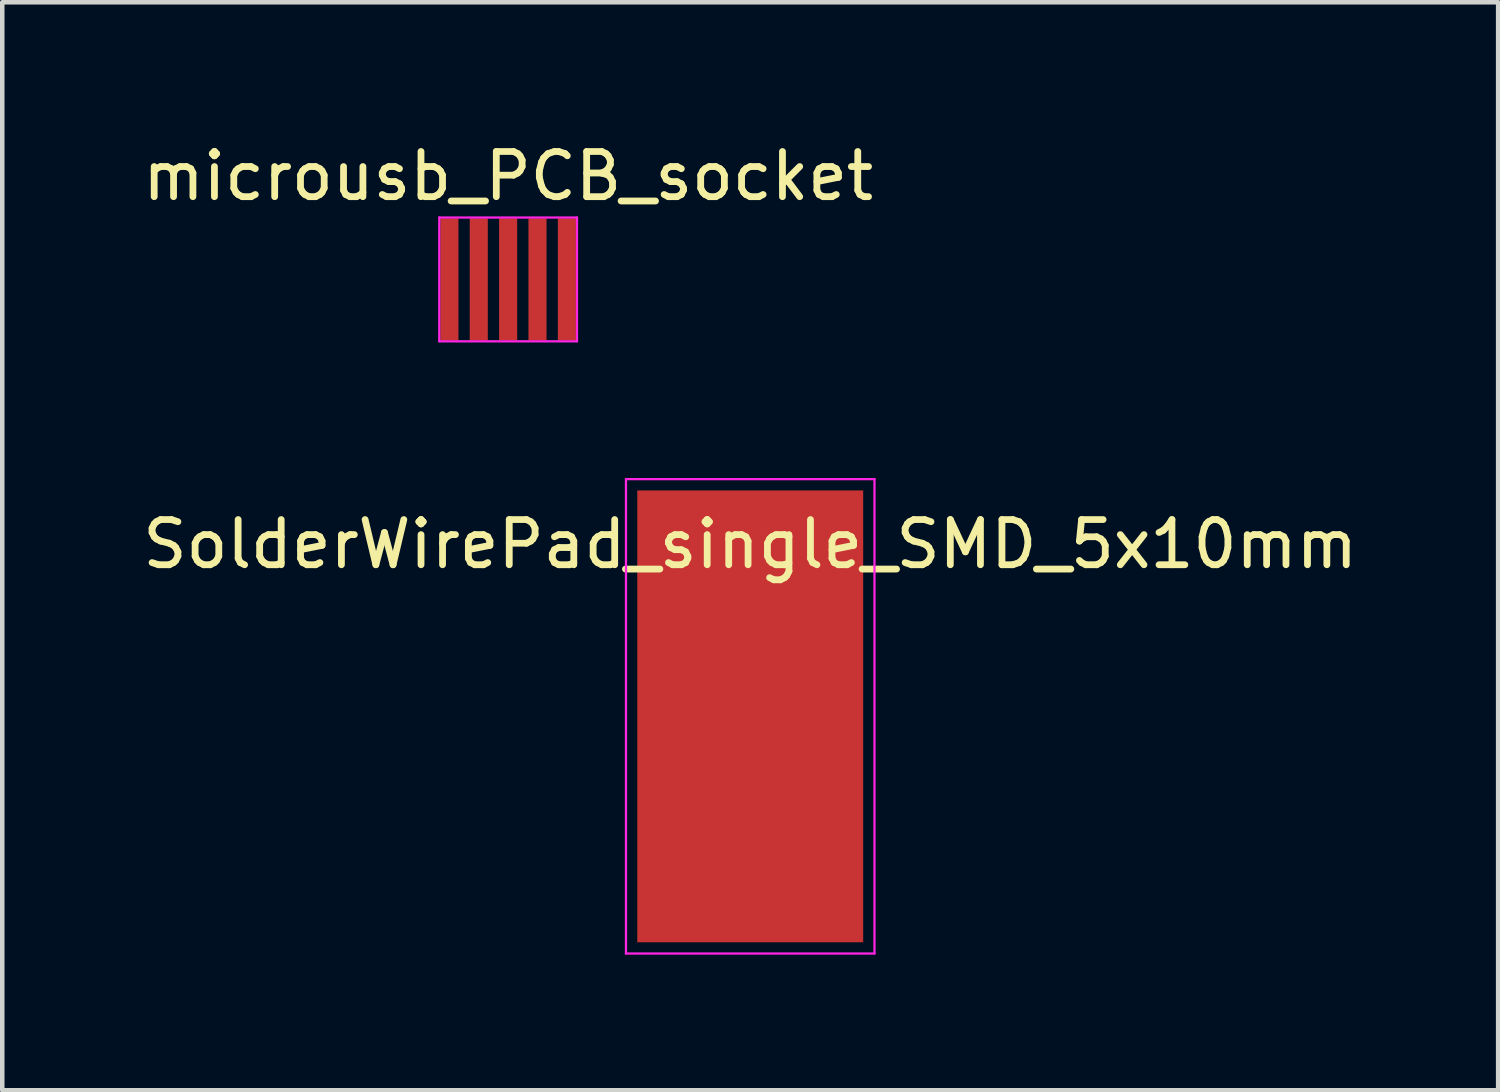
<source format=kicad_pcb>
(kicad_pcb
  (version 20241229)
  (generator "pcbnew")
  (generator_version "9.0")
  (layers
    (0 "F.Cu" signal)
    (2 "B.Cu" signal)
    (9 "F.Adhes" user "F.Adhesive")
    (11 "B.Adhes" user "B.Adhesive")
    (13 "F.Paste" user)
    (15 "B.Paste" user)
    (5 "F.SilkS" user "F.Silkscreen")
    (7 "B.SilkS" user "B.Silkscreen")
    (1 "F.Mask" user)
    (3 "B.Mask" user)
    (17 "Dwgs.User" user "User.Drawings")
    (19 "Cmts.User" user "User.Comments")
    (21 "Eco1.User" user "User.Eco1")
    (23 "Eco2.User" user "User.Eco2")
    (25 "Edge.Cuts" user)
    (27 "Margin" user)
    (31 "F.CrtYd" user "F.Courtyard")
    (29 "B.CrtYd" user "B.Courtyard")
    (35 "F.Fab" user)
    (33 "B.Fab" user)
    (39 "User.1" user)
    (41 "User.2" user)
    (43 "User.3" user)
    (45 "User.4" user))
  (footprint "microusb_PCB_socket"
    (layer "F.Cu")
    (at 8.196 3.134)
    (property "Reference" "microusb_PCB_socket" (at 0 -2.286 0) (layer "F.SilkS") (effects (font (size 1 1) (thickness 0.15))))
    (attr smd)
    (fp_line (start -1.524 -1.37) (end -1.524 1.37) (stroke (width 0.05) (type solid)) (layer "F.CrtYd"))
    (fp_line (start -1.524 1.37) (end 1.524 1.37) (stroke (width 0.05) (type solid)) (layer "F.CrtYd"))
    (fp_line (start 1.524 -1.37) (end -1.524 -1.37) (stroke (width 0.05) (type solid)) (layer "F.CrtYd"))
    (fp_line (start 1.524 1.37) (end 1.524 -1.37) (stroke (width 0.05) (type solid)) (layer "F.CrtYd"))
    (pad "1" smd rect (at -1.3 0) (size 0.4 2.7) (layers "F.Cu" "F.Mask" "F.Paste"))
    (pad "2" smd rect (at -0.65 0) (size 0.4 2.7) (layers "F.Cu" "F.Mask" "F.Paste"))
    (pad "3" smd rect (at 0 0) (size 0.4 2.7) (layers "F.Cu" "F.Mask" "F.Paste"))
    (pad "4" smd rect (at 0.65 0) (size 0.4 2.7) (layers "F.Cu" "F.Mask" "F.Paste"))
    (pad "5" smd rect (at 1.3 0) (size 0.4 2.7) (layers "F.Cu" "F.Mask" "F.Paste")))
  (footprint "SolderWirePad_single_SMD_5x10mm"
    (layer "F.Cu")
    (at 13.554 12.804)
    (property "Reference" "SolderWirePad_single_SMD_5x10mm" (at 0 -3.81 0) (layer "F.SilkS") (effects (font (size 1 1) (thickness 0.15))))
    (attr smd)
    (fp_line (start -2.75 -5.25) (end -2.75 5.25) (stroke (width 0.05) (type solid)) (layer "F.CrtYd"))
    (fp_line (start -2.75 5.25) (end 2.75 5.25) (stroke (width 0.05) (type solid)) (layer "F.CrtYd"))
    (fp_line (start 2.75 -5.25) (end -2.75 -5.25) (stroke (width 0.05) (type solid)) (layer "F.CrtYd"))
    (fp_line (start 2.75 5.25) (end 2.75 -5.25) (stroke (width 0.05) (type solid)) (layer "F.CrtYd"))
    (pad "1" smd rect (at 0 0) (size 5 10) (layers "F.Cu" "F.Mask" "F.Paste")))
  (gr_rect
    (start -3 -3)
    (end 30.107 21.079)
    (stroke (width 0.1) (type default))
    (fill no)
    (layer "Edge.Cuts")))
</source>
